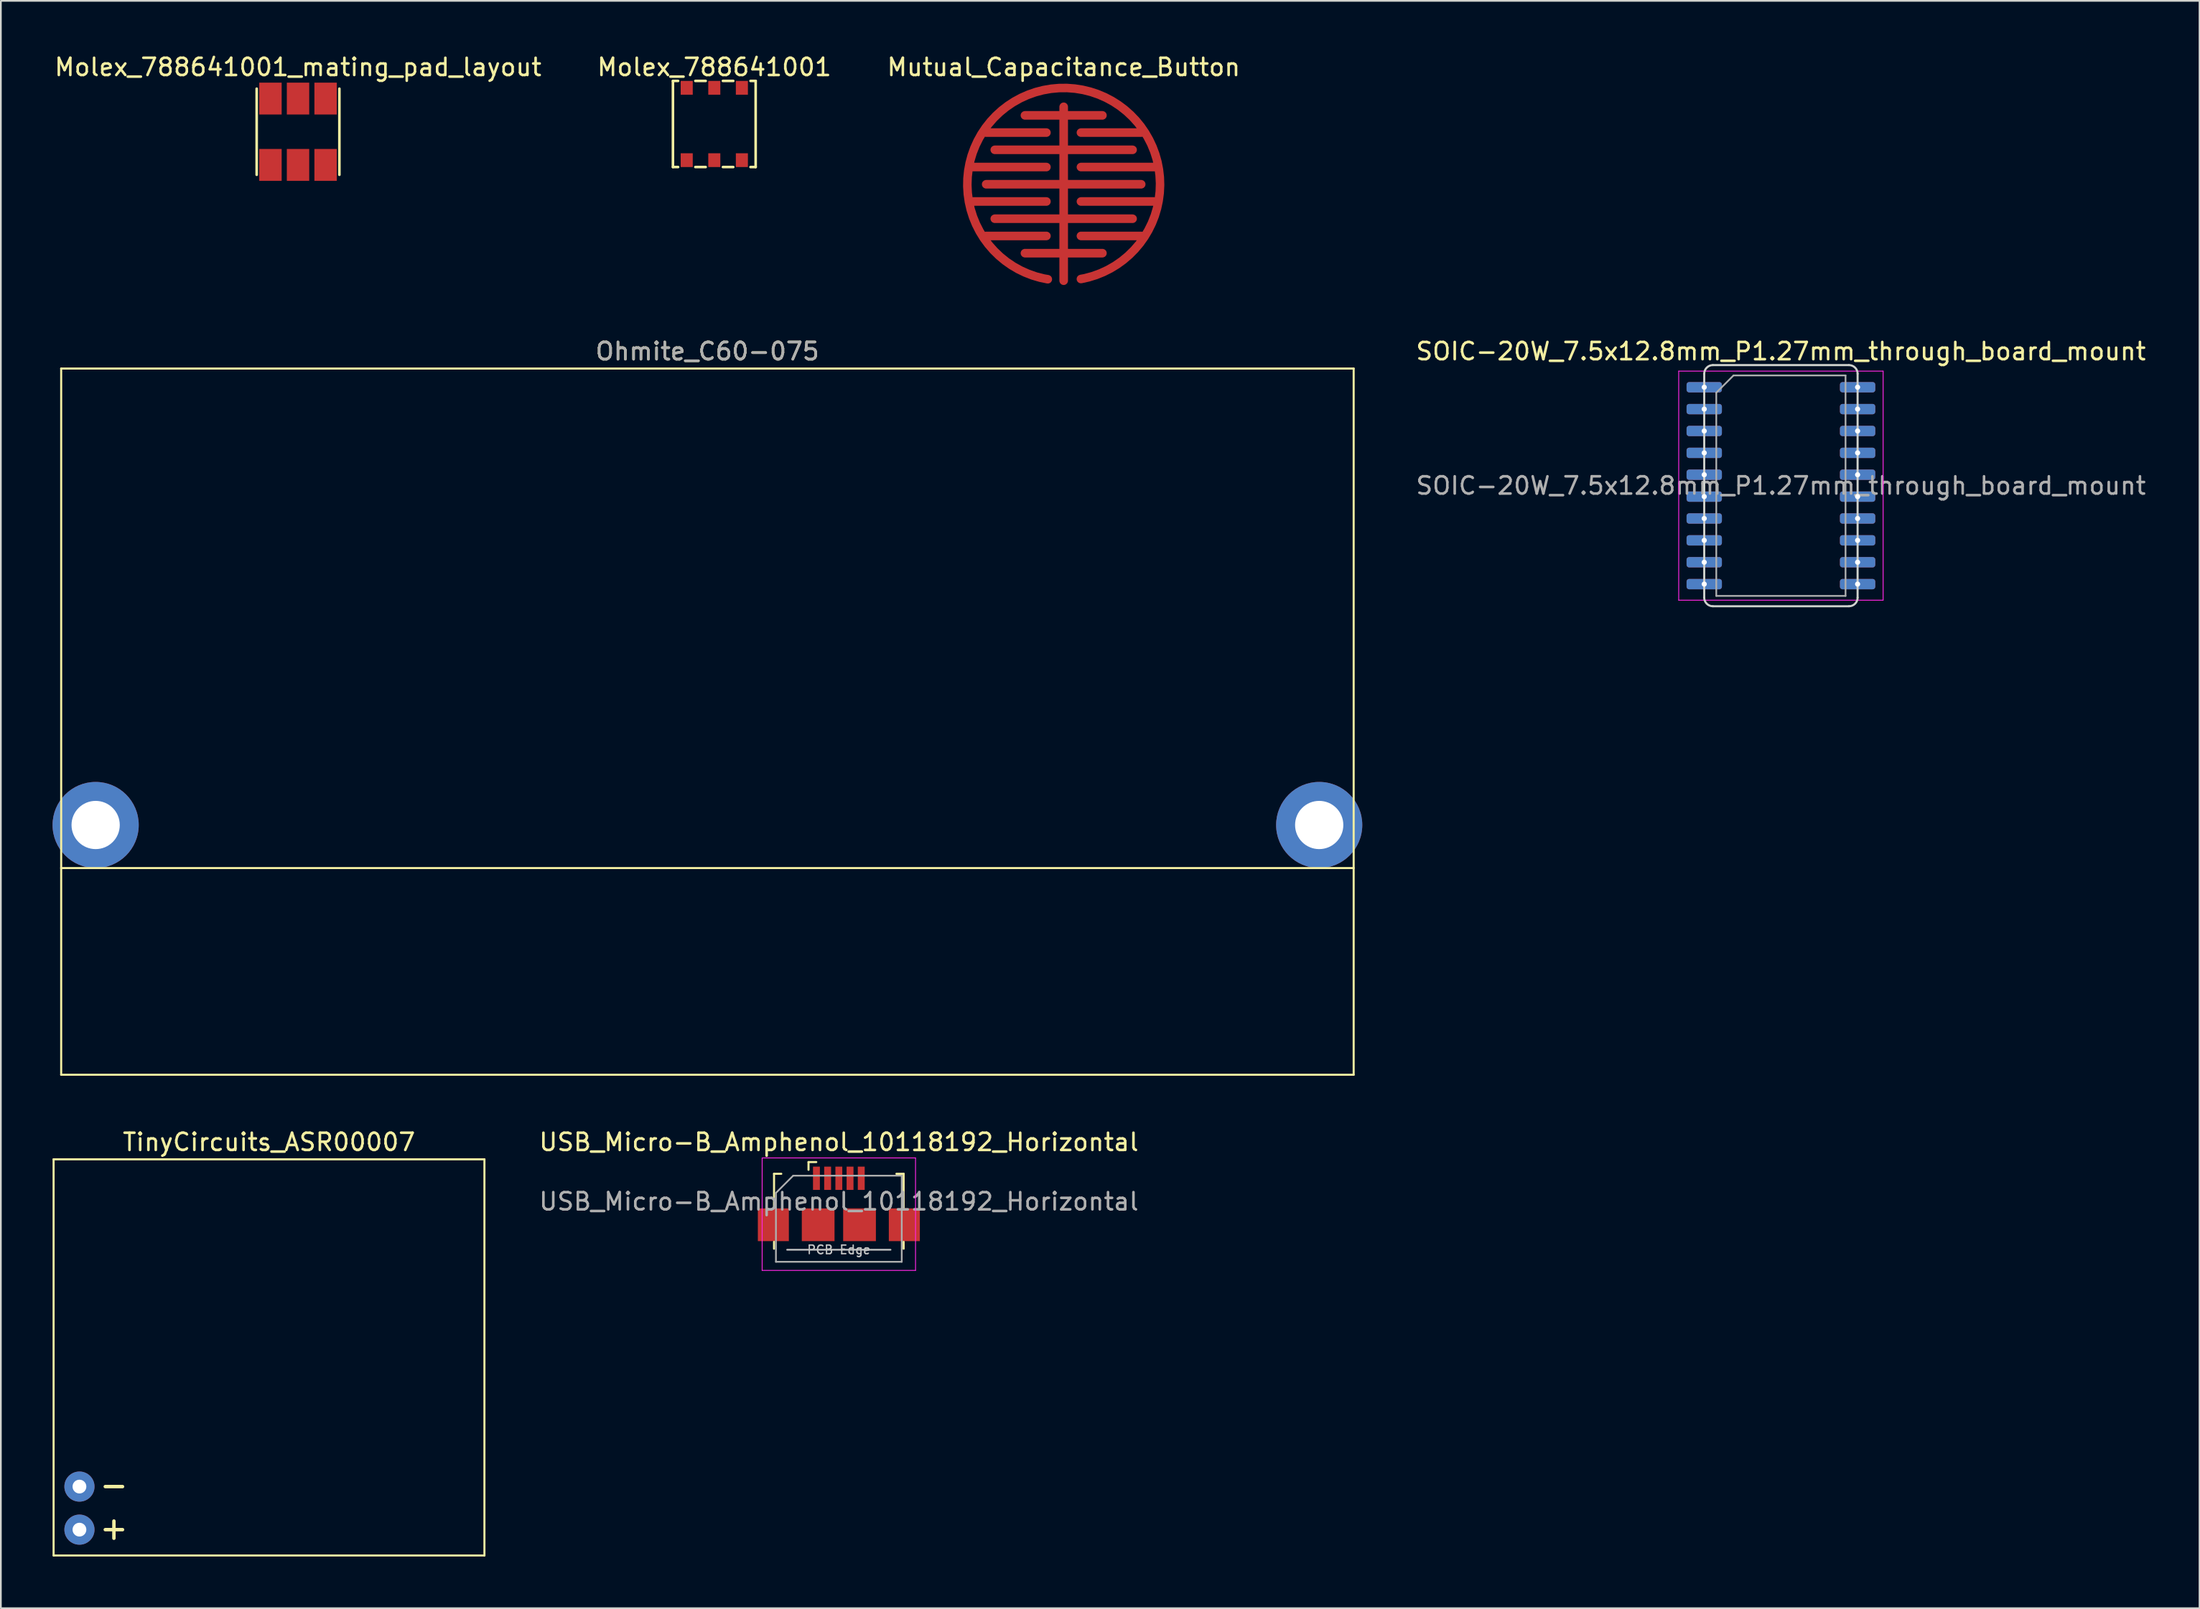
<source format=kicad_pcb>
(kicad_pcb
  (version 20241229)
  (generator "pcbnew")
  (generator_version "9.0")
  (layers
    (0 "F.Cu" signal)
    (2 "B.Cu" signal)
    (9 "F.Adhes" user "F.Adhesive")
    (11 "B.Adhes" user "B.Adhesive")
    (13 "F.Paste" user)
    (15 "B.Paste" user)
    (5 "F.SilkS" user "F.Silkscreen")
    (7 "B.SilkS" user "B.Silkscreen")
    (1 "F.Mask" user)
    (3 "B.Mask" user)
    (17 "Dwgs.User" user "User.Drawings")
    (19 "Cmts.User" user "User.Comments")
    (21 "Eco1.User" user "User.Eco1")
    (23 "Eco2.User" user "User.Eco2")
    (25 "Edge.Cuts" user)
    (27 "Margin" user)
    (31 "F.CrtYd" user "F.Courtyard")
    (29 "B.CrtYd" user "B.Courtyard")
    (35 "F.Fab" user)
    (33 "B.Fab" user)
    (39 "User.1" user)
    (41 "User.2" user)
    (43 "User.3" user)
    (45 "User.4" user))
  (footprint "Molex_788641001_mating_pad_layout"
    (layer "F.Cu")
    (at 14.244 4.598)
    (property "Reference" "Molex_788641001_mating_pad_layout" (at 0 -3.75 0) (layer "F.SilkS") (effects (font (size 1 1) (thickness 0.15))))
    (attr through_hole)
    (fp_line (start -2.4 2.5) (end -2.4 -2.5) (stroke (width 0.15) (type solid)) (layer "F.SilkS"))
    (fp_line (start 2.4 -2.5) (end 2.4 2.5) (stroke (width 0.15) (type solid)) (layer "F.SilkS"))
    (pad "1" smd rect (at -1.6 -1.925) (size 1.3 1.85) (layers "F.Cu" "F.Mask" "F.Paste"))
    (pad "2" smd rect (at 0 -1.925) (size 1.3 1.85) (layers "F.Cu" "F.Mask" "F.Paste"))
    (pad "3" smd rect (at 1.6 -1.925) (size 1.3 1.85) (layers "F.Cu" "F.Mask" "F.Paste"))
    (pad "4" smd rect (at 1.6 1.925 180) (size 1.3 1.85) (layers "F.Cu" "F.Mask" "F.Paste"))
    (pad "5" smd rect (at 0 1.925 180) (size 1.3 1.85) (layers "F.Cu" "F.Mask" "F.Paste"))
    (pad "6" smd rect (at -1.6 1.925 180) (size 1.3 1.85) (layers "F.Cu" "F.Mask" "F.Paste")))
  (footprint "SOIC-20W_7.5x12.8mm_P1.27mm_through_board_mount"
    (layer "F.Cu")
    (at 100.292 25.146)
    (property "Reference" "SOIC-20W_7.5x12.8mm_P1.27mm_through_board_mount" (at 0 -7.8 0) (layer "F.SilkS") (effects (font (size 1 1) (thickness 0.15))))
    (attr smd)
    (fp_line (start -4.45 -6.5) (end -4.45 6.5) (stroke (width 0.12) (type solid)) (layer "Edge.Cuts"))
    (fp_line (start -3.95 -7) (end 3.95 -7) (stroke (width 0.12) (type solid)) (layer "Edge.Cuts"))
    (fp_line (start -3.95 7) (end 3.95 7) (stroke (width 0.12) (type solid)) (layer "Edge.Cuts"))
    (fp_line (start 4.45 6.5) (end 4.45 -6.5) (stroke (width 0.12) (type solid)) (layer "Edge.Cuts"))
    (fp_arc (start -4.45 -6.5) (mid -4.303553 -6.853553) (end -3.95 -7) (stroke (width 0.12) (type solid)) (layer "Edge.Cuts"))
    (fp_arc (start -3.95 7) (mid -4.303553 6.853553) (end -4.45 6.5) (stroke (width 0.12) (type solid)) (layer "Edge.Cuts"))
    (fp_arc (start 3.95 -7) (mid 4.303553 -6.853553) (end 4.45 -6.5) (stroke (width 0.12) (type solid)) (layer "Edge.Cuts"))
    (fp_arc (start 4.45 6.5) (mid 4.303553 6.853553) (end 3.95 7) (stroke (width 0.12) (type solid)) (layer "Edge.Cuts"))
    (fp_line (start -5.93 -6.65) (end -5.93 6.65) (stroke (width 0.05) (type solid)) (layer "F.CrtYd"))
    (fp_line (start -5.93 6.65) (end 5.93 6.65) (stroke (width 0.05) (type solid)) (layer "F.CrtYd"))
    (fp_line (start 5.93 -6.65) (end -5.93 -6.65) (stroke (width 0.05) (type solid)) (layer "F.CrtYd"))
    (fp_line (start 5.93 6.65) (end 5.93 -6.65) (stroke (width 0.05) (type solid)) (layer "F.CrtYd"))
    (fp_line (start -3.75 -5.4) (end -2.75 -6.4) (stroke (width 0.1) (type solid)) (layer "F.Fab"))
    (fp_line (start -3.75 6.4) (end -3.75 -5.4) (stroke (width 0.1) (type solid)) (layer "F.Fab"))
    (fp_line (start -2.75 -6.4) (end 3.75 -6.4) (stroke (width 0.1) (type solid)) (layer "F.Fab"))
    (fp_line (start 3.75 -6.4) (end 3.75 6.4) (stroke (width 0.1) (type solid)) (layer "F.Fab"))
    (fp_line (start 3.75 6.4) (end -3.75 6.4) (stroke (width 0.1) (type solid)) (layer "F.Fab"))
    (fp_text user "${REFERENCE}" (at 0 0 0) (layer "F.Fab") (effects (font (size 1 1) (thickness 0.15))))
    (pad "1" thru_hole roundrect (at -4.45 -5.715) (size 2.05 0.6) (drill 0.3) (layers "*.Cu" "*.Mask") (roundrect_rratio 0.25))
    (pad "2" thru_hole roundrect (at -4.45 -4.445) (size 2.05 0.6) (drill 0.3) (layers "*.Cu" "*.Mask") (roundrect_rratio 0.25))
    (pad "3" thru_hole roundrect (at -4.45 -3.175) (size 2.05 0.6) (drill 0.3) (layers "*.Cu" "*.Mask") (roundrect_rratio 0.25))
    (pad "4" thru_hole roundrect (at -4.45 -1.905) (size 2.05 0.6) (drill 0.3) (layers "*.Cu" "*.Mask") (roundrect_rratio 0.25))
    (pad "5" thru_hole roundrect (at -4.45 -0.635) (size 2.05 0.6) (drill 0.3) (layers "*.Cu" "*.Mask") (roundrect_rratio 0.25))
    (pad "6" thru_hole roundrect (at -4.45 0.635) (size 2.05 0.6) (drill 0.3) (layers "*.Cu" "*.Mask") (roundrect_rratio 0.25))
    (pad "7" thru_hole roundrect (at -4.45 1.905) (size 2.05 0.6) (drill 0.3) (layers "*.Cu" "*.Mask") (roundrect_rratio 0.25))
    (pad "8" thru_hole roundrect (at -4.45 3.175) (size 2.05 0.6) (drill 0.3) (layers "*.Cu" "*.Mask") (roundrect_rratio 0.25))
    (pad "9" thru_hole roundrect (at -4.45 4.445) (size 2.05 0.6) (drill 0.3) (layers "*.Cu" "*.Mask") (roundrect_rratio 0.25))
    (pad "10" thru_hole roundrect (at -4.45 5.715) (size 2.05 0.6) (drill 0.3) (layers "*.Cu" "*.Mask") (roundrect_rratio 0.25))
    (pad "11" thru_hole roundrect (at 4.45 5.715) (size 2.05 0.6) (drill 0.3) (layers "*.Cu" "*.Mask") (roundrect_rratio 0.25))
    (pad "12" thru_hole roundrect (at 4.45 4.445) (size 2.05 0.6) (drill 0.3) (layers "*.Cu" "*.Mask") (roundrect_rratio 0.25))
    (pad "13" thru_hole roundrect (at 4.45 3.175) (size 2.05 0.6) (drill 0.3) (layers "*.Cu" "*.Mask") (roundrect_rratio 0.25))
    (pad "14" thru_hole roundrect (at 4.45 1.905) (size 2.05 0.6) (drill 0.3) (layers "*.Cu" "*.Mask") (roundrect_rratio 0.25))
    (pad "15" thru_hole roundrect (at 4.45 0.635) (size 2.05 0.6) (drill 0.3) (layers "*.Cu" "*.Mask") (roundrect_rratio 0.25))
    (pad "16" thru_hole roundrect (at 4.45 -0.635) (size 2.05 0.6) (drill 0.3) (layers "*.Cu" "*.Mask") (roundrect_rratio 0.25))
    (pad "17" thru_hole roundrect (at 4.45 -1.905) (size 2.05 0.6) (drill 0.3) (layers "*.Cu" "*.Mask") (roundrect_rratio 0.25))
    (pad "18" thru_hole roundrect (at 4.45 -3.175) (size 2.05 0.6) (drill 0.3) (layers "*.Cu" "*.Mask") (roundrect_rratio 0.25))
    (pad "19" thru_hole roundrect (at 4.45 -4.445) (size 2.05 0.6) (drill 0.3) (layers "*.Cu" "*.Mask") (roundrect_rratio 0.25))
    (pad "20" thru_hole roundrect (at 4.45 -5.715) (size 2.05 0.6) (drill 0.3) (layers "*.Cu" "*.Mask") (roundrect_rratio 0.25)))
  (footprint "Mutual_Capacitance_Button"
    (layer "F.Cu")
    (at 58.673 7.648)
    (property "Reference" "Mutual_Capacitance_Button" (at 0 -6.8 0) (layer "F.SilkS") (effects (font (size 1 1) (thickness 0.15))))
    (attr through_hole)
    (pad "1" smd custom (at 0 -5.6) (size 0.25 0.25) (layers "F.Cu" "F.Mask" "F.Paste") (options (anchor circle)) (primitives (gr_line (start 5.25 6.6) (end 1 6.6) (width 0.5)) (gr_arc (start -0.922178 11.113582) (mid -0.039499 0.00997) (end 1 11.1) (width 0.5)) (gr_line (start 1 4.6) (end 5.25 4.6) (width 0.5)) (gr_line (start 4.5 8.6) (end 1 8.6) (width 0.5)) (gr_line (start -4.5 2.6) (end -1 2.6) (width 0.5)) (gr_line (start -1 8.6) (end -4.5 8.6) (width 0.5)) (gr_line (start -5.25 4.6) (end -1 4.6) (width 0.5)) (gr_line (start 1 2.6) (end 4.5 2.6) (width 0.5)) (gr_line (start -1 6.6) (end -5.25 6.6) (width 0.5))))
    (pad "2" smd custom (at 0 5.6) (size 0.25 0.25) (layers "F.Cu" "F.Mask" "F.Paste") (options (anchor circle)) (primitives (gr_line (start -4.5 -5.6) (end 4.5 -5.6) (width 0.5)) (gr_line (start 0 0) (end 0 -10.1) (width 0.5)) (gr_line (start -2.25 -9.6) (end 2.25 -9.6) (width 0.5)) (gr_line (start 4 -3.6) (end -4 -3.6) (width 0.5)) (gr_line (start -4 -7.6) (end 4 -7.6) (width 0.5)) (gr_line (start 2.25 -1.6) (end -2.25 -1.6) (width 0.5)))))
  (footprint "TinyCircuits_ASR00007"
    (layer "F.Cu")
    (at 12.56 75.755)
    (property "Reference" "TinyCircuits_ASR00007" (at 0 -12.5 0) (layer "F.SilkS") (effects (font (size 1 1) (thickness 0.15))))
    (attr through_hole)
    (fp_line (start -12.5 -11.5) (end 12.5 -11.5) (stroke (width 0.12) (type solid)) (layer "F.SilkS"))
    (fp_line (start -12.5 11.5) (end -12.5 -11.5) (stroke (width 0.12) (type solid)) (layer "F.SilkS"))
    (fp_line (start -9.5 7.5) (end -8.5 7.5) (stroke (width 0.2) (type solid)) (layer "F.SilkS"))
    (fp_line (start -9.5 10) (end -8.5 10) (stroke (width 0.2) (type solid)) (layer "F.SilkS"))
    (fp_line (start -9 9.5) (end -9 10.5) (stroke (width 0.2) (type solid)) (layer "F.SilkS"))
    (fp_line (start 12.5 -11.5) (end 12.5 11.5) (stroke (width 0.12) (type solid)) (layer "F.SilkS"))
    (fp_line (start 12.5 11.5) (end -12.5 11.5) (stroke (width 0.12) (type solid)) (layer "F.SilkS"))
    (pad "1" thru_hole circle (at -11 10) (size 1.75 1.75) (drill 0.8) (layers "*.Cu" "*.Mask"))
    (pad "2" thru_hole circle (at -11 7.5) (size 1.75 1.75) (drill 0.8) (layers "*.Cu" "*.Mask")))
  (footprint "USB_Micro-B_Amphenol_10118192_Horizontal"
    (layer "F.Cu")
    (at 45.626 66.755)
    (property "Reference" "USB_Micro-B_Amphenol_10118192_Horizontal" (at 0 -3.5 0) (layer "F.SilkS") (effects (font (size 1 1) (thickness 0.15))))
    (attr smd)
    (fp_line (start -3.76 -1.66) (end -3.34 -1.66) (stroke (width 0.12) (type solid)) (layer "F.SilkS"))
    (fp_line (start -3.76 0.32) (end -3.76 -1.66) (stroke (width 0.12) (type solid)) (layer "F.SilkS"))
    (fp_line (start -3.76 2.69) (end -3.76 2.29) (stroke (width 0.12) (type solid)) (layer "F.SilkS"))
    (fp_line (start -1.76 -1.89) (end -1.76 -2.34) (stroke (width 0.12) (type solid)) (layer "F.SilkS"))
    (fp_line (start -1.31 -2.34) (end -1.76 -2.34) (stroke (width 0.12) (type solid)) (layer "F.SilkS"))
    (fp_line (start 3.76 -1.66) (end 3.34 -1.66) (stroke (width 0.12) (type solid)) (layer "F.SilkS"))
    (fp_line (start 3.76 0.32) (end 3.76 -1.66) (stroke (width 0.12) (type solid)) (layer "F.SilkS"))
    (fp_line (start 3.76 2.29) (end 3.76 2.69) (stroke (width 0.12) (type solid)) (layer "F.SilkS"))
    (fp_line (start 3 2.75) (end -3 2.75) (stroke (width 0.1) (type solid)) (layer "Dwgs.User"))
    (fp_line (start -4.45 -2.58) (end -4.45 3.95) (stroke (width 0.05) (type solid)) (layer "F.CrtYd"))
    (fp_line (start -4.45 -2.58) (end 4.45 -2.58) (stroke (width 0.05) (type solid)) (layer "F.CrtYd"))
    (fp_line (start -4.45 3.95) (end 4.45 3.95) (stroke (width 0.05) (type solid)) (layer "F.CrtYd"))
    (fp_line (start 4.45 -2.58) (end 4.45 3.95) (stroke (width 0.05) (type solid)) (layer "F.CrtYd"))
    (fp_line (start -3.65 -0.55) (end -2.65 -1.55) (stroke (width 0.1) (type solid)) (layer "F.Fab"))
    (fp_line (start -3.65 3.45) (end -3.65 -0.55) (stroke (width 0.1) (type solid)) (layer "F.Fab"))
    (fp_line (start -2.65 -1.55) (end 3.65 -1.55) (stroke (width 0.1) (type solid)) (layer "F.Fab"))
    (fp_line (start 3.65 -1.55) (end 3.65 3.45) (stroke (width 0.1) (type solid)) (layer "F.Fab"))
    (fp_line (start 3.65 3.45) (end -3.65 3.45) (stroke (width 0.1) (type solid)) (layer "F.Fab"))
    (fp_text user "PCB Edge" (at 0 2.75 0) (layer "Dwgs.User") (effects (font (size 0.5 0.5) (thickness 0.08))))
    (fp_text user "${REFERENCE}" (at 0 -0.05 0) (layer "F.Fab") (effects (font (size 1 1) (thickness 0.15))))
    (pad "" smd rect (at -3.1 -1.275) (size 2.1 1.6) (layers "F.Paste"))
    (pad "" smd rect (at 3.1 -1.275) (size 2.1 1.6) (layers "F.Paste"))
    (pad "1" smd rect (at -1.3 -1.4) (size 0.4 1.35) (layers "F.Cu" "F.Mask" "F.Paste"))
    (pad "2" smd rect (at -0.65 -1.4) (size 0.4 1.35) (layers "F.Cu" "F.Mask" "F.Paste"))
    (pad "3" smd rect (at 0 -1.4) (size 0.4 1.35) (layers "F.Cu" "F.Mask" "F.Paste"))
    (pad "4" smd rect (at 0.65 -1.4) (size 0.4 1.35) (layers "F.Cu" "F.Mask" "F.Paste"))
    (pad "5" smd rect (at 1.3 -1.4) (size 0.4 1.35) (layers "F.Cu" "F.Mask" "F.Paste"))
    (pad "6" smd rect (at -3.8 1.3) (size 1.8 1.9) (layers "F.Cu" "F.Mask" "F.Paste"))
    (pad "6" smd rect (at -1.2 1.3) (size 1.9 1.9) (layers "F.Cu" "F.Mask" "F.Paste"))
    (pad "6" smd rect (at 1.2 1.3) (size 1.9 1.9) (layers "F.Cu" "F.Mask" "F.Paste"))
    (pad "6" smd rect (at 3.8 1.3) (size 1.8 1.9) (layers "F.Cu" "F.Mask" "F.Paste")))
  (footprint "Molex_788641001"
    (layer "F.Cu")
    (at 38.399 4.148)
    (property "Reference" "Molex_788641001" (at 0 -3.3 0) (layer "F.SilkS") (effects (font (size 1 1) (thickness 0.15))))
    (attr through_hole)
    (fp_line (start -2.4 -2.5) (end -2.1 -2.5) (stroke (width 0.15) (type solid)) (layer "F.SilkS"))
    (fp_line (start -2.4 2.5) (end -2.4 -2.5) (stroke (width 0.15) (type solid)) (layer "F.SilkS"))
    (fp_line (start -2.4 2.5) (end -2.1 2.5) (stroke (width 0.15) (type solid)) (layer "F.SilkS"))
    (fp_line (start -1.1 2.5) (end -0.5 2.5) (stroke (width 0.15) (type solid)) (layer "F.SilkS"))
    (fp_line (start -0.5 -2.5) (end -1.1 -2.5) (stroke (width 0.15) (type solid)) (layer "F.SilkS"))
    (fp_line (start 0.5 2.5) (end 1.1 2.5) (stroke (width 0.15) (type solid)) (layer "F.SilkS"))
    (fp_line (start 1.1 -2.5) (end 0.5 -2.5) (stroke (width 0.15) (type solid)) (layer "F.SilkS"))
    (fp_line (start 2.4 -2.5) (end 2.1 -2.5) (stroke (width 0.15) (type solid)) (layer "F.SilkS"))
    (fp_line (start 2.4 -2.5) (end 2.4 2.5) (stroke (width 0.15) (type solid)) (layer "F.SilkS"))
    (fp_line (start 2.4 2.5) (end 2.1 2.5) (stroke (width 0.15) (type solid)) (layer "F.SilkS"))
    (pad "1" smd rect (at -1.6 2.1 180) (size 0.7 0.8) (layers "F.Cu" "F.Mask" "F.Paste"))
    (pad "2" smd rect (at 0 2.1 180) (size 0.7 0.8) (layers "F.Cu" "F.Mask" "F.Paste"))
    (pad "3" smd rect (at 1.6 2.1 180) (size 0.7 0.8) (layers "F.Cu" "F.Mask" "F.Paste"))
    (pad "4" smd rect (at 1.6 -2.1) (size 0.7 0.8) (layers "F.Cu" "F.Mask" "F.Paste"))
    (pad "5" smd rect (at 0 -2.1) (size 0.7 0.8) (layers "F.Cu" "F.Mask" "F.Paste"))
    (pad "6" smd rect (at -1.6 -2.1) (size 0.7 0.8) (layers "F.Cu" "F.Mask" "F.Paste")))
  (footprint "Ohmite_C60-075"
    (layer "F.Cu")
    (at 38 44.846)
    (property "Reference" "Ohmite_C60-075" (at 0 -27.5 0) (unlocked yes) (layer "F.SilkS") (effects (font (size 1 1) (thickness 0.15))))
    (attr through_hole)
    (fp_line (start -37.5 -26.5) (end -37.5 14.5) (stroke (width 0.12) (type solid)) (layer "F.SilkS"))
    (fp_line (start -37.5 2.5) (end 37.5 2.5) (stroke (width 0.12) (type solid)) (layer "F.SilkS"))
    (fp_line (start -37.5 14.5) (end 37.5 14.5) (stroke (width 0.12) (type solid)) (layer "F.SilkS"))
    (fp_line (start 37.5 -26.5) (end -37.5 -26.5) (stroke (width 0.12) (type solid)) (layer "F.SilkS"))
    (fp_line (start 37.5 14.5) (end 37.5 -26.5) (stroke (width 0.12) (type solid)) (layer "F.SilkS"))
    (fp_text user "${REFERENCE}" (at 0 -27.5 0) (unlocked yes) (layer "F.Fab") (effects (font (size 1 1) (thickness 0.15))))
    (pad "1" thru_hole circle (at -35.5 0) (size 5 5) (drill 2.8) (layers "*.Cu" "*.Mask"))
    (pad "1" thru_hole circle (at 35.5 0) (size 5 5) (drill 2.8) (layers "*.Cu" "*.Mask")))
  (gr_rect
    (start -3 -3)
    (end 124.583 90.315)
    (stroke (width 0.1) (type default))
    (fill no)
    (layer "Edge.Cuts")))
</source>
